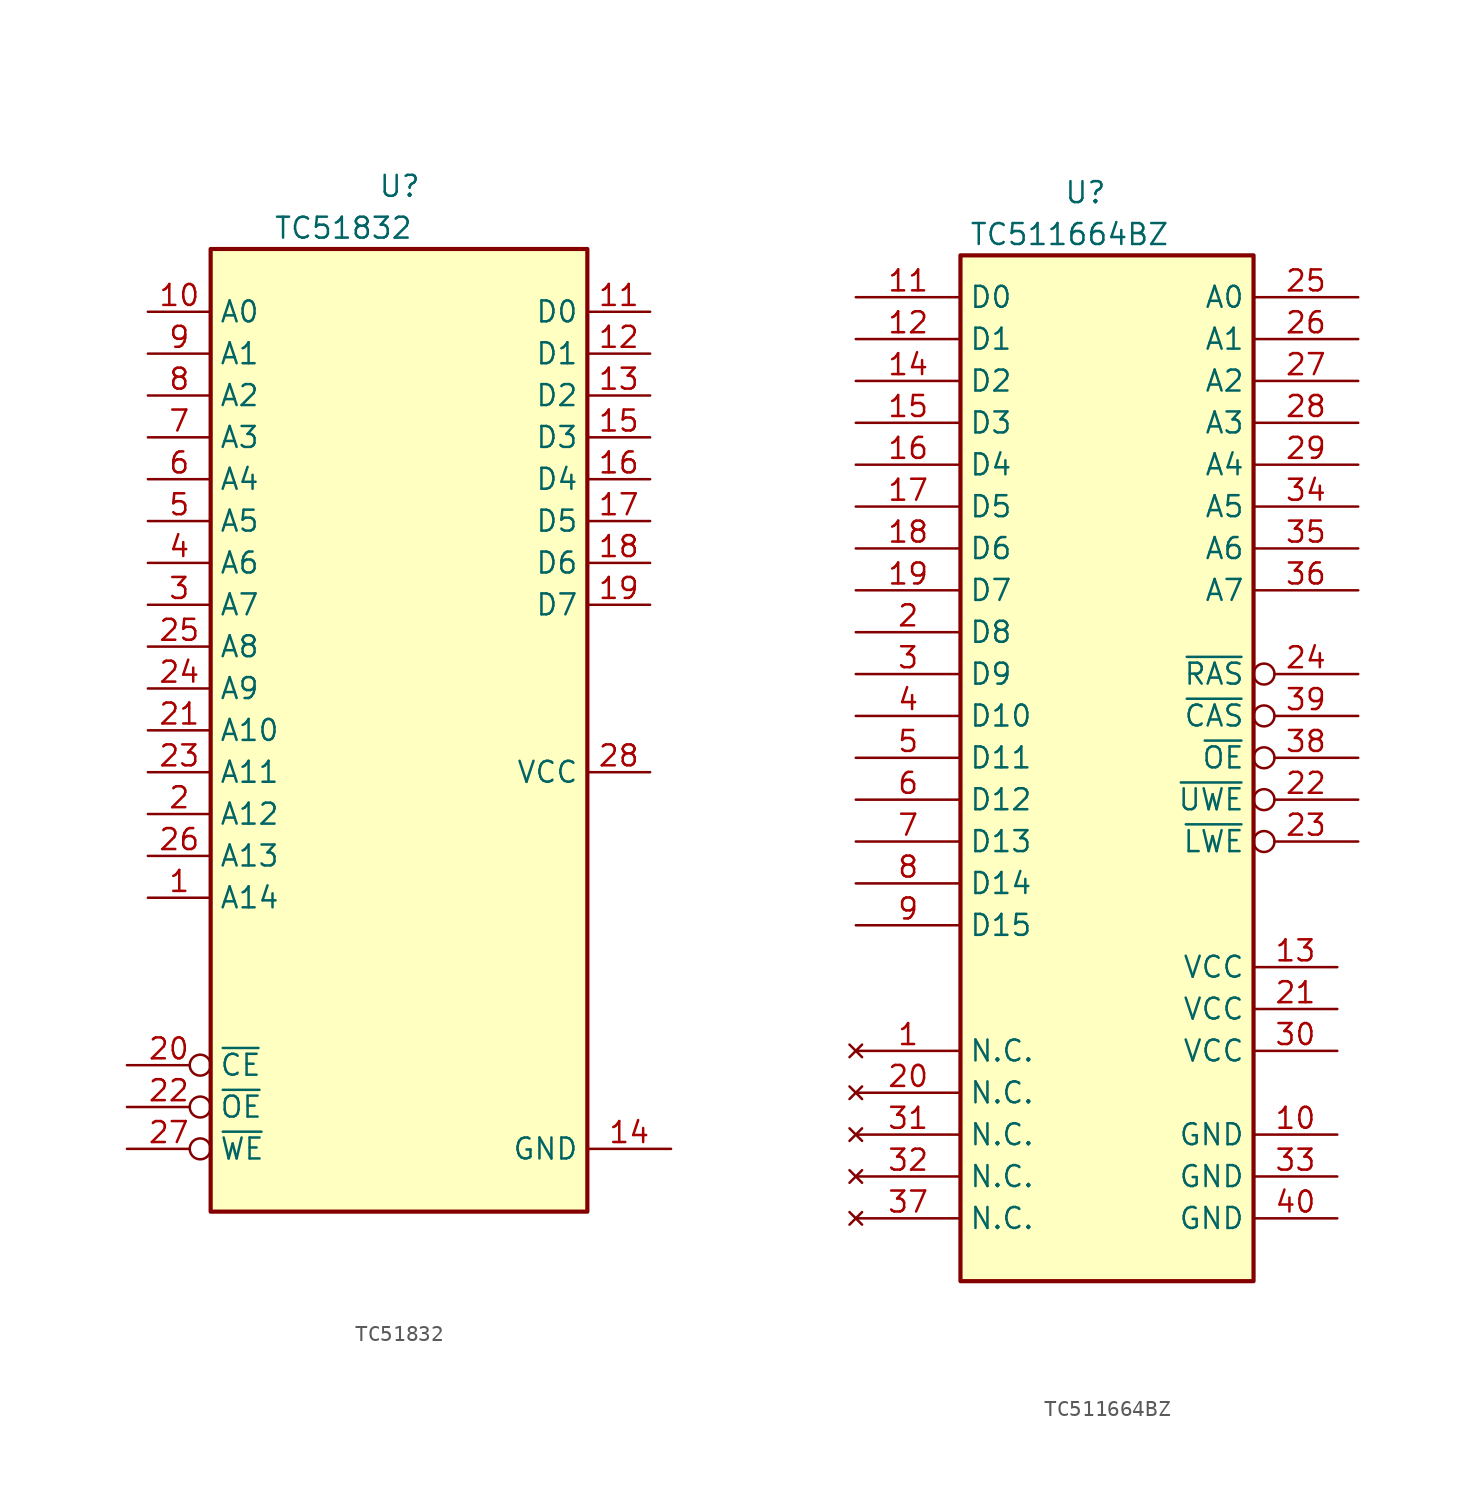
<source format=kicad_sym>
(kicad_symbol_lib
  (version 20220914)
  (generator kicad_symbol_editor)
  (symbol "TC51832"
    (property "Reference" "U"
      (at -1.27 30.48 0)
      (effects (font (size 1.27 1.27)) (justify left)))
    (property "Value" "TC51832"
      (at -7.62 27.94 0)
      (effects (font (size 1.27 1.27)) (justify left)))
    (symbol "TC51832_0_0"
      (pin power_in line (at 15.24 -5.08 180) (length 3.81) (name "VCC" (effects (font (size 1.27 1.27)))) (number "28" (effects (font (size 1.27 1.27))))))
    (symbol "TC51832_0_1"
      (rectangle (start -11.43 26.67) (end 11.43 -31.75) (stroke (width 0.254) (type default)) (fill (type background))))
    (symbol "TC51832_1_0"
      (pin power_in line (at 16.51 -27.94 180) (length 5.08) (name "GND" (effects (font (size 1.27 1.27)))) (number "14" (effects (font (size 1.27 1.27))))))
    (symbol "TC51832_1_1"
      (pin input line (at -15.24 -12.7 0) (length 3.81) (name "A14" (effects (font (size 1.27 1.27)))) (number "1" (effects (font (size 1.27 1.27)))))
      (pin input line (at -15.24 22.86 0) (length 3.81) (name "A0" (effects (font (size 1.27 1.27)))) (number "10" (effects (font (size 1.27 1.27)))))
      (pin tri_state line (at 15.24 22.86 180) (length 3.81) (name "D0" (effects (font (size 1.27 1.27)))) (number "11" (effects (font (size 1.27 1.27)))))
      (pin tri_state line (at 15.24 20.32 180) (length 3.81) (name "D1" (effects (font (size 1.27 1.27)))) (number "12" (effects (font (size 1.27 1.27)))))
      (pin tri_state line (at 15.24 17.78 180) (length 3.81) (name "D2" (effects (font (size 1.27 1.27)))) (number "13" (effects (font (size 1.27 1.27)))))
      (pin tri_state line (at 15.24 15.24 180) (length 3.81) (name "D3" (effects (font (size 1.27 1.27)))) (number "15" (effects (font (size 1.27 1.27)))))
      (pin tri_state line (at 15.24 12.7 180) (length 3.81) (name "D4" (effects (font (size 1.27 1.27)))) (number "16" (effects (font (size 1.27 1.27)))))
      (pin tri_state line (at 15.24 10.16 180) (length 3.81) (name "D5" (effects (font (size 1.27 1.27)))) (number "17" (effects (font (size 1.27 1.27)))))
      (pin tri_state line (at 15.24 7.62 180) (length 3.81) (name "D6" (effects (font (size 1.27 1.27)))) (number "18" (effects (font (size 1.27 1.27)))))
      (pin tri_state line (at 15.24 5.08 180) (length 3.81) (name "D7" (effects (font (size 1.27 1.27)))) (number "19" (effects (font (size 1.27 1.27)))))
      (pin input line (at -15.24 -7.62 0) (length 3.81) (name "A12" (effects (font (size 1.27 1.27)))) (number "2" (effects (font (size 1.27 1.27)))))
      (pin input inverted (at -16.51 -22.86 0) (length 5.08) (name "~{CE}" (effects (font (size 1.27 1.27)))) (number "20" (effects (font (size 1.27 1.27)))))
      (pin input line (at -15.24 -2.54 0) (length 3.81) (name "A10" (effects (font (size 1.27 1.27)))) (number "21" (effects (font (size 1.27 1.27)))))
      (pin input inverted (at -16.51 -25.4 0) (length 5.08) (name "~{OE}" (effects (font (size 1.27 1.27)))) (number "22" (effects (font (size 1.27 1.27)))))
      (pin input line (at -15.24 -5.08 0) (length 3.81) (name "A11" (effects (font (size 1.27 1.27)))) (number "23" (effects (font (size 1.27 1.27)))))
      (pin input line (at -15.24 0 0) (length 3.81) (name "A9" (effects (font (size 1.27 1.27)))) (number "24" (effects (font (size 1.27 1.27)))))
      (pin input line (at -15.24 2.54 0) (length 3.81) (name "A8" (effects (font (size 1.27 1.27)))) (number "25" (effects (font (size 1.27 1.27)))))
      (pin input line (at -15.24 -10.16 0) (length 3.81) (name "A13" (effects (font (size 1.27 1.27)))) (number "26" (effects (font (size 1.27 1.27)))))
      (pin input inverted (at -16.51 -27.94 0) (length 5.08) (name "~{WE}" (effects (font (size 1.27 1.27)))) (number "27" (effects (font (size 1.27 1.27)))))
      (pin input line (at -15.24 5.08 0) (length 3.81) (name "A7" (effects (font (size 1.27 1.27)))) (number "3" (effects (font (size 1.27 1.27)))))
      (pin input line (at -15.24 7.62 0) (length 3.81) (name "A6" (effects (font (size 1.27 1.27)))) (number "4" (effects (font (size 1.27 1.27)))))
      (pin input line (at -15.24 10.16 0) (length 3.81) (name "A5" (effects (font (size 1.27 1.27)))) (number "5" (effects (font (size 1.27 1.27)))))
      (pin input line (at -15.24 12.7 0) (length 3.81) (name "A4" (effects (font (size 1.27 1.27)))) (number "6" (effects (font (size 1.27 1.27)))))
      (pin input line (at -15.24 15.24 0) (length 3.81) (name "A3" (effects (font (size 1.27 1.27)))) (number "7" (effects (font (size 1.27 1.27)))))
      (pin input line (at -15.24 17.78 0) (length 3.81) (name "A2" (effects (font (size 1.27 1.27)))) (number "8" (effects (font (size 1.27 1.27)))))
      (pin input line (at -15.24 20.32 0) (length 3.81) (name "A1" (effects (font (size 1.27 1.27)))) (number "9" (effects (font (size 1.27 1.27)))))))
  (symbol "TC511664BZ"
    (property "Reference" "U"
      (at 0 36.83 0)
      (effects (font (size 1.27 1.27)) (justify right)))
    (property "Value" "TC511664BZ"
      (at 3.81 34.29 0)
      (effects (font (size 1.27 1.27)) (justify right)))
    (symbol "TC511664BZ_0_1"
      (rectangle (start -8.89 33.02) (end 8.89 -29.21) (stroke (width 0.254) (type default)) (fill (type background))))
    (symbol "TC511664BZ_1_1"
      (pin no_connect line (at -15.24 -15.24 0) (length 6.35) (name "N.C." (effects (font (size 1.27 1.27)))) (number "1" (effects (font (size 1.27 1.27)))))
      (pin power_in line (at 13.97 -20.32 180) (length 5.08) (name "GND" (effects (font (size 1.27 1.27)))) (number "10" (effects (font (size 1.27 1.27)))))
      (pin tri_state line (at -15.24 30.48 0) (length 6.35) (name "D0" (effects (font (size 1.27 1.27)))) (number "11" (effects (font (size 1.27 1.27)))))
      (pin tri_state line (at -15.24 27.94 0) (length 6.35) (name "D1" (effects (font (size 1.27 1.27)))) (number "12" (effects (font (size 1.27 1.27)))))
      (pin power_in line (at 13.97 -10.16 180) (length 5.08) (name "VCC" (effects (font (size 1.27 1.27)))) (number "13" (effects (font (size 1.27 1.27)))))
      (pin tri_state line (at -15.24 25.4 0) (length 6.35) (name "D2" (effects (font (size 1.27 1.27)))) (number "14" (effects (font (size 1.27 1.27)))))
      (pin tri_state line (at -15.24 22.86 0) (length 6.35) (name "D3" (effects (font (size 1.27 1.27)))) (number "15" (effects (font (size 1.27 1.27)))))
      (pin tri_state line (at -15.24 20.32 0) (length 6.35) (name "D4" (effects (font (size 1.27 1.27)))) (number "16" (effects (font (size 1.27 1.27)))))
      (pin tri_state line (at -15.24 17.78 0) (length 6.35) (name "D5" (effects (font (size 1.27 1.27)))) (number "17" (effects (font (size 1.27 1.27)))))
      (pin tri_state line (at -15.24 15.24 0) (length 6.35) (name "D6" (effects (font (size 1.27 1.27)))) (number "18" (effects (font (size 1.27 1.27)))))
      (pin tri_state line (at -15.24 12.7 0) (length 6.35) (name "D7" (effects (font (size 1.27 1.27)))) (number "19" (effects (font (size 1.27 1.27)))))
      (pin tri_state line (at -15.24 10.16 0) (length 6.35) (name "D8" (effects (font (size 1.27 1.27)))) (number "2" (effects (font (size 1.27 1.27)))))
      (pin no_connect line (at -15.24 -17.78 0) (length 6.35) (name "N.C." (effects (font (size 1.27 1.27)))) (number "20" (effects (font (size 1.27 1.27)))))
      (pin power_in line (at 13.97 -12.7 180) (length 5.08) (name "VCC" (effects (font (size 1.27 1.27)))) (number "21" (effects (font (size 1.27 1.27)))))
      (pin input inverted (at 15.24 0 180) (length 6.35) (name "~{UWE}" (effects (font (size 1.27 1.27)))) (number "22" (effects (font (size 1.27 1.27)))))
      (pin input inverted (at 15.24 -2.54 180) (length 6.35) (name "~{LWE}" (effects (font (size 1.27 1.27)))) (number "23" (effects (font (size 1.27 1.27)))))
      (pin input inverted (at 15.24 7.62 180) (length 6.35) (name "~{RAS}" (effects (font (size 1.27 1.27)))) (number "24" (effects (font (size 1.27 1.27)))))
      (pin input line (at 15.24 30.48 180) (length 6.35) (name "A0" (effects (font (size 1.27 1.27)))) (number "25" (effects (font (size 1.27 1.27)))))
      (pin input line (at 15.24 27.94 180) (length 6.35) (name "A1" (effects (font (size 1.27 1.27)))) (number "26" (effects (font (size 1.27 1.27)))))
      (pin input line (at 15.24 25.4 180) (length 6.35) (name "A2" (effects (font (size 1.27 1.27)))) (number "27" (effects (font (size 1.27 1.27)))))
      (pin input line (at 15.24 22.86 180) (length 6.35) (name "A3" (effects (font (size 1.27 1.27)))) (number "28" (effects (font (size 1.27 1.27)))))
      (pin input line (at 15.24 20.32 180) (length 6.35) (name "A4" (effects (font (size 1.27 1.27)))) (number "29" (effects (font (size 1.27 1.27)))))
      (pin tri_state line (at -15.24 7.62 0) (length 6.35) (name "D9" (effects (font (size 1.27 1.27)))) (number "3" (effects (font (size 1.27 1.27)))))
      (pin power_in line (at 13.97 -15.24 180) (length 5.08) (name "VCC" (effects (font (size 1.27 1.27)))) (number "30" (effects (font (size 1.27 1.27)))))
      (pin no_connect line (at -15.24 -20.32 0) (length 6.35) (name "N.C." (effects (font (size 1.27 1.27)))) (number "31" (effects (font (size 1.27 1.27)))))
      (pin no_connect line (at -15.24 -22.86 0) (length 6.35) (name "N.C." (effects (font (size 1.27 1.27)))) (number "32" (effects (font (size 1.27 1.27)))))
      (pin power_in line (at 13.97 -22.86 180) (length 5.08) (name "GND" (effects (font (size 1.27 1.27)))) (number "33" (effects (font (size 1.27 1.27)))))
      (pin input line (at 15.24 17.78 180) (length 6.35) (name "A5" (effects (font (size 1.27 1.27)))) (number "34" (effects (font (size 1.27 1.27)))))
      (pin input line (at 15.24 15.24 180) (length 6.35) (name "A6" (effects (font (size 1.27 1.27)))) (number "35" (effects (font (size 1.27 1.27)))))
      (pin input line (at 15.24 12.7 180) (length 6.35) (name "A7" (effects (font (size 1.27 1.27)))) (number "36" (effects (font (size 1.27 1.27)))))
      (pin no_connect line (at -15.24 -25.4 0) (length 6.35) (name "N.C." (effects (font (size 1.27 1.27)))) (number "37" (effects (font (size 1.27 1.27)))))
      (pin input inverted (at 15.24 2.54 180) (length 6.35) (name "~{OE}" (effects (font (size 1.27 1.27)))) (number "38" (effects (font (size 1.27 1.27)))))
      (pin input inverted (at 15.24 5.08 180) (length 6.35) (name "~{CAS}" (effects (font (size 1.27 1.27)))) (number "39" (effects (font (size 1.27 1.27)))))
      (pin tri_state line (at -15.24 5.08 0) (length 6.35) (name "D10" (effects (font (size 1.27 1.27)))) (number "4" (effects (font (size 1.27 1.27)))))
      (pin power_in line (at 13.97 -25.4 180) (length 5.08) (name "GND" (effects (font (size 1.27 1.27)))) (number "40" (effects (font (size 1.27 1.27)))))
      (pin tri_state line (at -15.24 2.54 0) (length 6.35) (name "D11" (effects (font (size 1.27 1.27)))) (number "5" (effects (font (size 1.27 1.27)))))
      (pin tri_state line (at -15.24 0 0) (length 6.35) (name "D12" (effects (font (size 1.27 1.27)))) (number "6" (effects (font (size 1.27 1.27)))))
      (pin tri_state line (at -15.24 -2.54 0) (length 6.35) (name "D13" (effects (font (size 1.27 1.27)))) (number "7" (effects (font (size 1.27 1.27)))))
      (pin tri_state line (at -15.24 -5.08 0) (length 6.35) (name "D14" (effects (font (size 1.27 1.27)))) (number "8" (effects (font (size 1.27 1.27)))))
      (pin tri_state line (at -15.24 -7.62 0) (length 6.35) (name "D15" (effects (font (size 1.27 1.27)))) (number "9" (effects (font (size 1.27 1.27))))))))
</source>
